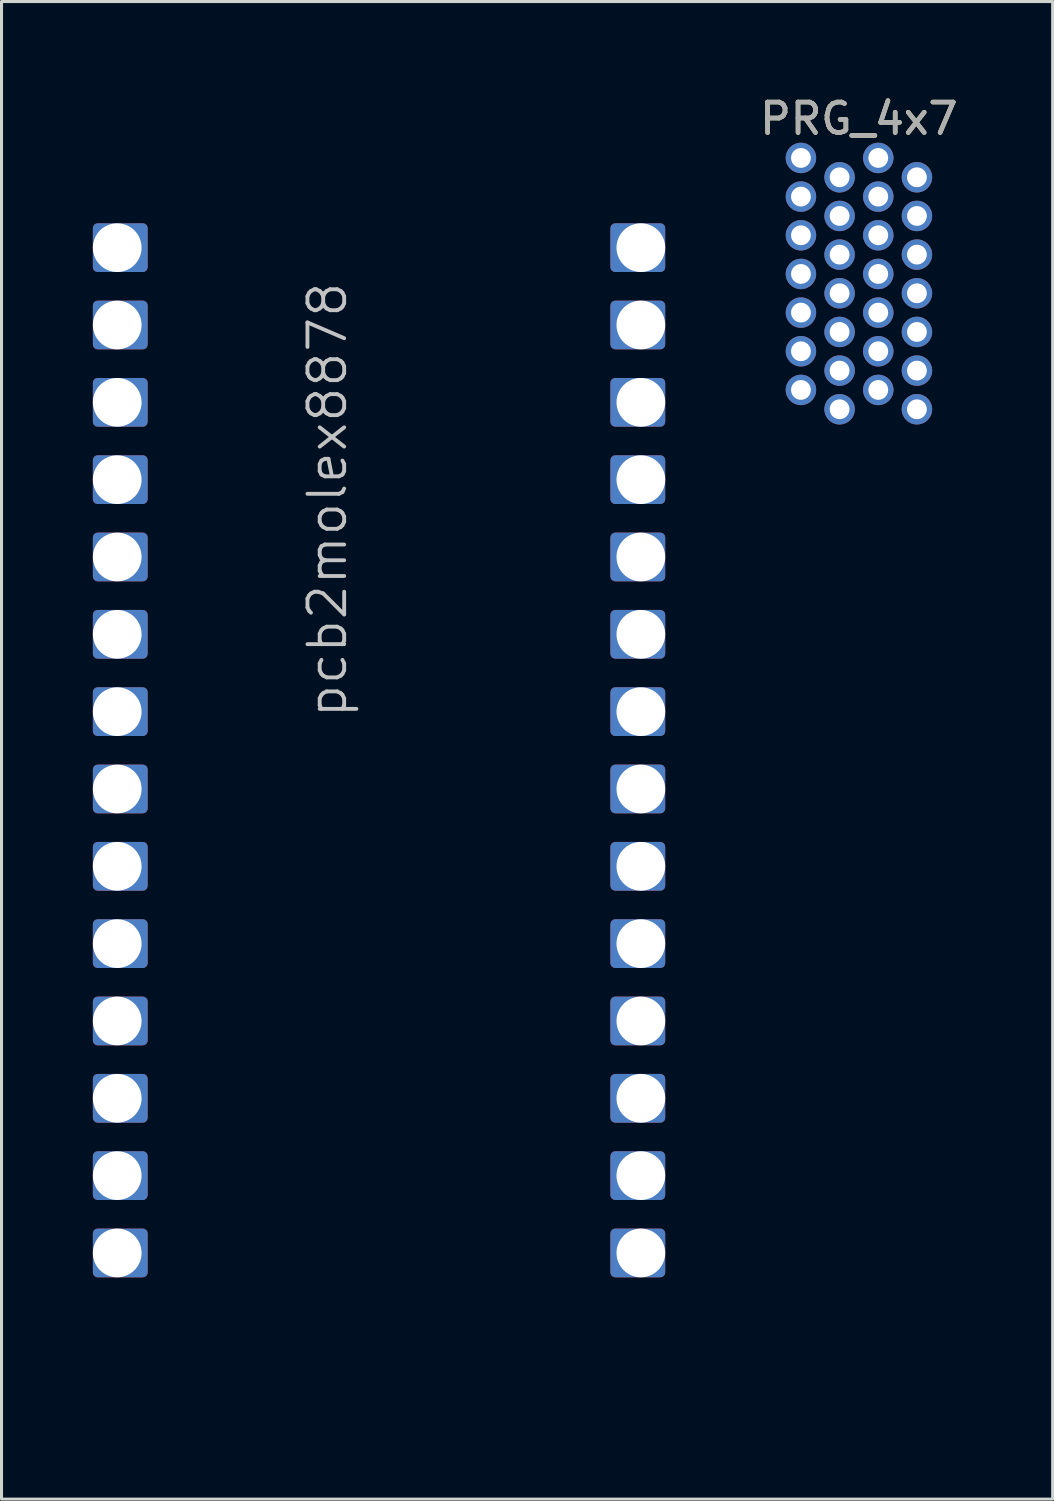
<source format=kicad_pcb>
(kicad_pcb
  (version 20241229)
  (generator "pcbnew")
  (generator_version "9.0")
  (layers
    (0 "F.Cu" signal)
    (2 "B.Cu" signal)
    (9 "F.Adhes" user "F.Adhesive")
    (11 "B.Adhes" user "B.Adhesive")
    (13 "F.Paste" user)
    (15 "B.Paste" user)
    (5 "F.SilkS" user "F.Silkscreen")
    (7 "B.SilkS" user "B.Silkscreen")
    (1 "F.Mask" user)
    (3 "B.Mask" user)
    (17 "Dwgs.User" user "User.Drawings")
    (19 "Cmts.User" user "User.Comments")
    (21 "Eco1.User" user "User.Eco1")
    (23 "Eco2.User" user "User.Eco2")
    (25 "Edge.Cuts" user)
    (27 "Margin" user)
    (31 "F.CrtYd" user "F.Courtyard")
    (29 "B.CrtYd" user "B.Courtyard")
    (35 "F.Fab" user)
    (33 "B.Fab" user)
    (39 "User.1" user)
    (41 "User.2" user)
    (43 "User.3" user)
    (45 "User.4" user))
  (footprint "pcb2molex8878"
    (layer "F.Cu")
    (at 9.4 21.595)
    (property "Reference" "pcb2molex8878" (at -0.991 -0.991 270) (layer "Dwgs.User") (effects (font (size 1.206 1.206) (thickness 0.127)) (justify left bottom)))
    (attr exclude_from_pos_files exclude_from_bom)
    (fp_line (start -8.1 -19.05) (end -0.762 -19.05) (stroke (width 0.01) (type solid)) (layer "Eco1.User"))
    (fp_line (start -8.1 19.05) (end -8.1 -19.05) (stroke (width 0.01) (type solid)) (layer "Eco1.User"))
    (fp_line (start -8.1 19.05) (end -4.559 19.05) (stroke (width 0.01) (type solid)) (layer "Eco1.User"))
    (fp_line (start -4.559 19.05) (end -4.559 21.59) (stroke (width 0.01) (type solid)) (layer "Eco1.User"))
    (fp_line (start -4.559 21.59) (end -3.035 21.59) (stroke (width 0.01) (type solid)) (layer "Eco1.User"))
    (fp_line (start -3.035 21.59) (end -3.035 19.05) (stroke (width 0.01) (type solid)) (layer "Eco1.User"))
    (fp_line (start -0.762 -21.59) (end 0.762 -21.59) (stroke (width 0.01) (type solid)) (layer "Eco1.User"))
    (fp_line (start -0.762 -19.05) (end -0.762 -21.59) (stroke (width 0.01) (type solid)) (layer "Eco1.User"))
    (fp_line (start 0.762 -21.59) (end 0.762 -19.05) (stroke (width 0.01) (type solid)) (layer "Eco1.User"))
    (fp_line (start 0.762 -19.05) (end 8.1 -19.05) (stroke (width 0.01) (type solid)) (layer "Eco1.User"))
    (fp_line (start 3.035 19.05) (end -3.035 19.05) (stroke (width 0.01) (type solid)) (layer "Eco1.User"))
    (fp_line (start 3.035 21.59) (end 3.035 19.05) (stroke (width 0.01) (type solid)) (layer "Eco1.User"))
    (fp_line (start 4.559 19.05) (end 4.559 21.59) (stroke (width 0.01) (type solid)) (layer "Eco1.User"))
    (fp_line (start 4.559 19.05) (end 8.1 19.05) (stroke (width 0.01) (type solid)) (layer "Eco1.User"))
    (fp_line (start 4.559 21.59) (end 3.035 21.59) (stroke (width 0.01) (type solid)) (layer "Eco1.User"))
    (fp_line (start 8.1 19.05) (end 8.1 -19.05) (stroke (width 0.01) (type solid)) (layer "Eco1.User"))
    (fp_arc (start -5.4229 19.05) (mid -4.812243 19.302943) (end -4.5593 19.9136) (stroke (width 0.00508) (type solid)) (layer "Eco1.User"))
    (fp_arc (start -3.0353 19.9136) (mid -2.782357 19.302943) (end -2.1717 19.05) (stroke (width 0.00508) (type solid)) (layer "Eco1.User"))
    (fp_arc (start -0.762 -19.9136) (mid -1.014943 -19.302943) (end -1.6256 -19.05) (stroke (width 0.00508) (type solid)) (layer "Eco1.User"))
    (fp_arc (start 1.6256 -19.05) (mid 1.014943 -19.302943) (end 0.762 -19.9136) (stroke (width 0.00508) (type solid)) (layer "Eco1.User"))
    (fp_arc (start 2.1717 19.05) (mid 2.782357 19.302943) (end 3.0353 19.9136) (stroke (width 0.00508) (type solid)) (layer "Eco1.User"))
    (fp_arc (start 4.5593 19.9136) (mid 4.812243 19.302943) (end 5.4229 19.05) (stroke (width 0.00508) (type solid)) (layer "Eco1.User"))
    (fp_text user "Eco1.User is Edge.Cuts for use without carrier." (at -0.03 12.25 0) (layer "Eco1.User") (effects (font (size 0.2 0.2) (thickness 0.01))))
    (pad "1" thru_hole roundrect (at -8.6 -16.51) (size 1.8 1.6) (drill 1.6 (offset 0.1 0)) (layers "*.Cu" "*.Mask") (roundrect_rratio 0.1))
    (pad "2" thru_hole roundrect (at -8.6 -13.97) (size 1.8 1.6) (drill 1.6 (offset 0.1 0)) (layers "*.Cu" "*.Mask") (roundrect_rratio 0.1))
    (pad "3" thru_hole roundrect (at -8.6 -11.43) (size 1.8 1.6) (drill 1.6 (offset 0.1 0)) (layers "*.Cu" "*.Mask") (roundrect_rratio 0.1))
    (pad "4" thru_hole roundrect (at -8.6 -8.89) (size 1.8 1.6) (drill 1.6 (offset 0.1 0)) (layers "*.Cu" "*.Mask") (roundrect_rratio 0.1))
    (pad "5" thru_hole roundrect (at -8.6 -6.35) (size 1.8 1.6) (drill 1.6 (offset 0.1 0)) (layers "*.Cu" "*.Mask") (roundrect_rratio 0.1))
    (pad "6" thru_hole roundrect (at -8.6 -3.81) (size 1.8 1.6) (drill 1.6 (offset 0.1 0)) (layers "*.Cu" "*.Mask") (roundrect_rratio 0.1))
    (pad "7" thru_hole roundrect (at -8.6 -1.27) (size 1.8 1.6) (drill 1.6 (offset 0.1 0)) (layers "*.Cu" "*.Mask") (roundrect_rratio 0.1))
    (pad "8" thru_hole roundrect (at -8.6 1.27) (size 1.8 1.6) (drill 1.6 (offset 0.1 0)) (layers "*.Cu" "*.Mask") (roundrect_rratio 0.1))
    (pad "9" thru_hole roundrect (at -8.6 3.81) (size 1.8 1.6) (drill 1.6 (offset 0.1 0)) (layers "*.Cu" "*.Mask") (roundrect_rratio 0.1))
    (pad "10" thru_hole roundrect (at -8.6 6.35) (size 1.8 1.6) (drill 1.6 (offset 0.1 0)) (layers "*.Cu" "*.Mask") (roundrect_rratio 0.1))
    (pad "11" thru_hole roundrect (at -8.6 8.89) (size 1.8 1.6) (drill 1.6 (offset 0.1 0)) (layers "*.Cu" "*.Mask") (roundrect_rratio 0.1))
    (pad "12" thru_hole roundrect (at -8.6 11.43) (size 1.8 1.6) (drill 1.6 (offset 0.1 0)) (layers "*.Cu" "*.Mask") (roundrect_rratio 0.1))
    (pad "13" thru_hole roundrect (at -8.6 13.97) (size 1.8 1.6) (drill 1.6 (offset 0.1 0)) (layers "*.Cu" "*.Mask") (roundrect_rratio 0.1))
    (pad "14" thru_hole roundrect (at -8.6 16.51) (size 1.8 1.6) (drill 1.6 (offset 0.1 0)) (layers "*.Cu" "*.Mask") (roundrect_rratio 0.1))
    (pad "15" thru_hole roundrect (at 8.6 16.51 180) (size 1.8 1.6) (drill 1.6 (offset 0.1 0)) (layers "*.Cu" "*.Mask") (roundrect_rratio 0.1))
    (pad "16" thru_hole roundrect (at 8.6 13.97 180) (size 1.8 1.6) (drill 1.6 (offset 0.1 0)) (layers "*.Cu" "*.Mask") (roundrect_rratio 0.1))
    (pad "17" thru_hole roundrect (at 8.6 11.43 180) (size 1.8 1.6) (drill 1.6 (offset 0.1 0)) (layers "*.Cu" "*.Mask") (roundrect_rratio 0.1))
    (pad "18" thru_hole roundrect (at 8.6 8.89 180) (size 1.8 1.6) (drill 1.6 (offset 0.1 0)) (layers "*.Cu" "*.Mask") (roundrect_rratio 0.1))
    (pad "19" thru_hole roundrect (at 8.6 6.35 180) (size 1.8 1.6) (drill 1.6 (offset 0.1 0)) (layers "*.Cu" "*.Mask") (roundrect_rratio 0.1))
    (pad "20" thru_hole roundrect (at 8.6 3.81 180) (size 1.8 1.6) (drill 1.6 (offset 0.1 0)) (layers "*.Cu" "*.Mask") (roundrect_rratio 0.1))
    (pad "21" thru_hole roundrect (at 8.6 1.27 180) (size 1.8 1.6) (drill 1.6 (offset 0.1 0)) (layers "*.Cu" "*.Mask") (roundrect_rratio 0.1))
    (pad "22" thru_hole roundrect (at 8.6 -1.27 180) (size 1.8 1.6) (drill 1.6 (offset 0.1 0)) (layers "*.Cu" "*.Mask") (roundrect_rratio 0.1))
    (pad "23" thru_hole roundrect (at 8.6 -3.81 180) (size 1.8 1.6) (drill 1.6 (offset 0.1 0)) (layers "*.Cu" "*.Mask") (roundrect_rratio 0.1))
    (pad "24" thru_hole roundrect (at 8.6 -6.35 180) (size 1.8 1.6) (drill 1.6 (offset 0.1 0)) (layers "*.Cu" "*.Mask") (roundrect_rratio 0.1))
    (pad "25" thru_hole roundrect (at 8.6 -8.89 180) (size 1.8 1.6) (drill 1.6 (offset 0.1 0)) (layers "*.Cu" "*.Mask") (roundrect_rratio 0.1))
    (pad "26" thru_hole roundrect (at 8.6 -11.43 180) (size 1.8 1.6) (drill 1.6 (offset 0.1 0)) (layers "*.Cu" "*.Mask") (roundrect_rratio 0.1))
    (pad "27" thru_hole roundrect (at 8.6 -13.97 180) (size 1.8 1.6) (drill 1.6 (offset 0.1 0)) (layers "*.Cu" "*.Mask") (roundrect_rratio 0.1))
    (pad "28" thru_hole roundrect (at 8.6 -16.51 180) (size 1.8 1.6) (drill 1.6 (offset 0.1 0)) (layers "*.Cu" "*.Mask") (roundrect_rratio 0.1)))
  (footprint "PRG_4x7"
    (layer "F.Cu")
    (at 25.163 5.948)
    (property "Reference" "PRG_4x7" (at 0 -5.1 0) (layer "F.SilkS") (effects (font (size 1 1) (thickness 0.15))))
    (attr through_hole)
    (fp_text user "${REFERENCE}" (at 0 -5.1 0) (layer "F.Fab") (effects (font (size 1 1) (thickness 0.15))))
    (pad "1" thru_hole circle (at -1.905 -3.81) (size 1 1) (drill 0.65) (layers "*.Cu" "*.Mask"))
    (pad "2" thru_hole oval (at -1.905 -2.54) (size 1 1) (drill 0.65) (layers "*.Cu" "*.Mask"))
    (pad "3" thru_hole oval (at -1.905 -1.27) (size 1 1) (drill 0.65) (layers "*.Cu" "*.Mask"))
    (pad "4" thru_hole oval (at -1.905 0) (size 1 1) (drill 0.65) (layers "*.Cu" "*.Mask"))
    (pad "5" thru_hole oval (at -1.905 1.27) (size 1 1) (drill 0.65) (layers "*.Cu" "*.Mask"))
    (pad "6" thru_hole oval (at -1.905 2.54) (size 1 1) (drill 0.65) (layers "*.Cu" "*.Mask"))
    (pad "7" thru_hole oval (at -1.905 3.81) (size 1 1) (drill 0.65) (layers "*.Cu" "*.Mask"))
    (pad "8" thru_hole oval (at -0.635 4.445) (size 1 1) (drill 0.65) (layers "*.Cu" "*.Mask"))
    (pad "9" thru_hole oval (at -0.635 3.175) (size 1 1) (drill 0.65) (layers "*.Cu" "*.Mask"))
    (pad "10" thru_hole oval (at -0.635 1.905) (size 1 1) (drill 0.65) (layers "*.Cu" "*.Mask"))
    (pad "11" thru_hole oval (at -0.635 0.635) (size 1 1) (drill 0.65) (layers "*.Cu" "*.Mask"))
    (pad "12" thru_hole oval (at -0.635 -0.635) (size 1 1) (drill 0.65) (layers "*.Cu" "*.Mask"))
    (pad "13" thru_hole oval (at -0.635 -1.905) (size 1 1) (drill 0.65) (layers "*.Cu" "*.Mask"))
    (pad "14" thru_hole circle (at -0.635 -3.175) (size 1 1) (drill 0.65) (layers "*.Cu" "*.Mask"))
    (pad "15" thru_hole circle (at 0.635 -3.81) (size 1 1) (drill 0.65) (layers "*.Cu" "*.Mask"))
    (pad "16" thru_hole oval (at 0.635 -2.54) (size 1 1) (drill 0.65) (layers "*.Cu" "*.Mask"))
    (pad "17" thru_hole oval (at 0.635 -1.27) (size 1 1) (drill 0.65) (layers "*.Cu" "*.Mask"))
    (pad "18" thru_hole oval (at 0.635 0) (size 1 1) (drill 0.65) (layers "*.Cu" "*.Mask"))
    (pad "19" thru_hole oval (at 0.635 1.27) (size 1 1) (drill 0.65) (layers "*.Cu" "*.Mask"))
    (pad "20" thru_hole oval (at 0.635 2.54) (size 1 1) (drill 0.65) (layers "*.Cu" "*.Mask"))
    (pad "21" thru_hole oval (at 0.635 3.81) (size 1 1) (drill 0.65) (layers "*.Cu" "*.Mask"))
    (pad "22" thru_hole oval (at 1.905 4.445) (size 1 1) (drill 0.65) (layers "*.Cu" "*.Mask"))
    (pad "23" thru_hole oval (at 1.905 3.175) (size 1 1) (drill 0.65) (layers "*.Cu" "*.Mask"))
    (pad "24" thru_hole oval (at 1.905 1.905) (size 1 1) (drill 0.65) (layers "*.Cu" "*.Mask"))
    (pad "25" thru_hole oval (at 1.905 0.635) (size 1 1) (drill 0.65) (layers "*.Cu" "*.Mask"))
    (pad "26" thru_hole oval (at 1.905 -0.635) (size 1 1) (drill 0.65) (layers "*.Cu" "*.Mask"))
    (pad "27" thru_hole oval (at 1.905 -1.905) (size 1 1) (drill 0.65) (layers "*.Cu" "*.Mask"))
    (pad "28" thru_hole circle (at 1.905 -3.175) (size 1 1) (drill 0.65) (layers "*.Cu" "*.Mask")))
  (gr_rect
    (start -3 -3)
    (end 31.526 46.19)
    (stroke (width 0.1) (type default))
    (fill no)
    (layer "Edge.Cuts")))
</source>
